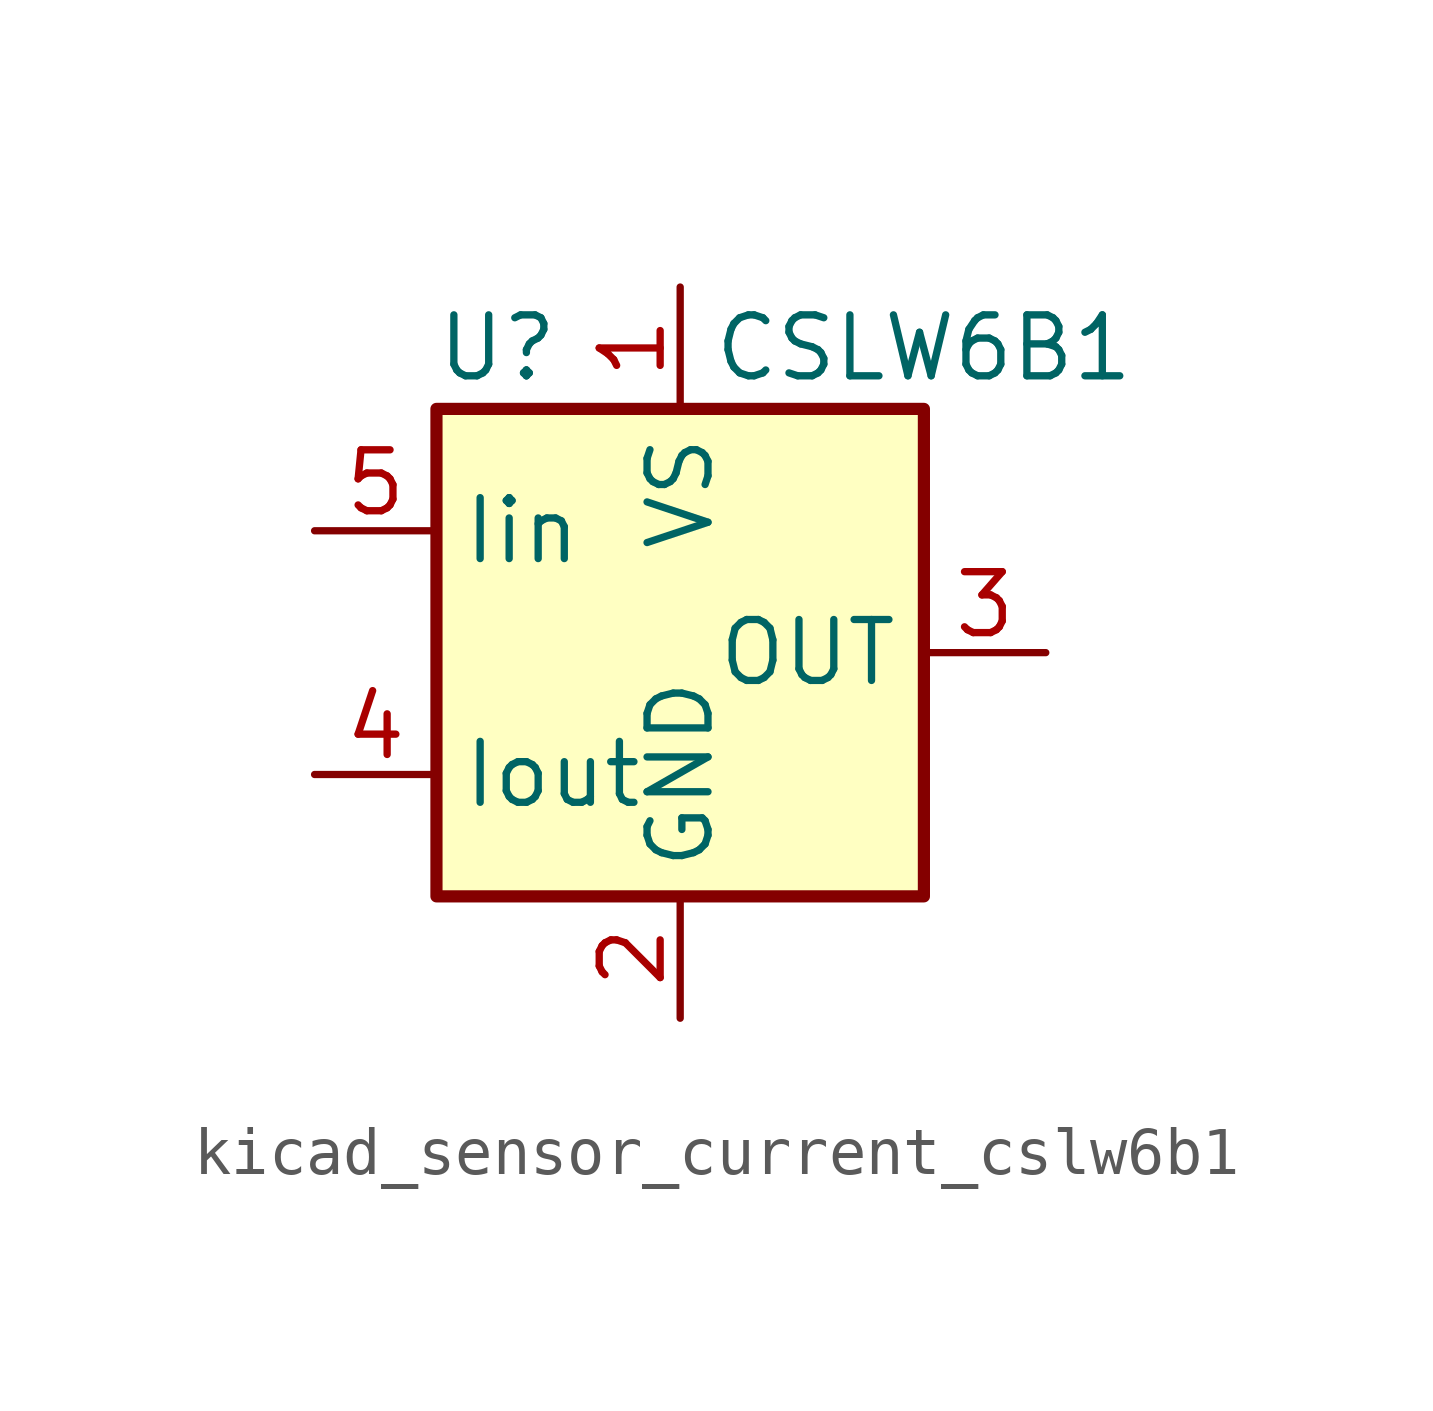
<source format=kicad_sym>
(kicad_symbol_lib
  (version 20220914)
  (generator kicad_symbol_editor)
  (symbol "kicad_sensor_current_cslw6b1"
    (property "Reference" "U"
      (at -3.81 6.35 0)
      (effects (font (size 1.27 1.27))))
    (property "Value" "CSLW6B1"
      (at 5.08 6.35 0)
      (effects (font (size 1.27 1.27))))
    (symbol "kicad_sensor_current_cslw6b1_0_1"
      (rectangle (start -5.08 5.08) (end 5.08 -5.08) (stroke (width 0.254) (type default)) (fill (type background))))
    (symbol "kicad_sensor_current_cslw6b1_1_1"
      (pin power_in line (at 0 7.62 270) (length 2.54) (name "VS" (effects (font (size 1.27 1.27)))) (number "1" (effects (font (size 1.27 1.27)))))
      (pin power_in line (at 0 -7.62 90) (length 2.54) (name "GND" (effects (font (size 1.27 1.27)))) (number "2" (effects (font (size 1.27 1.27)))))
      (pin output line (at 7.62 0 180) (length 2.54) (name "OUT" (effects (font (size 1.27 1.27)))) (number "3" (effects (font (size 1.27 1.27)))))
      (pin passive line (at -7.62 -2.54 0) (length 2.54) (name "Iout" (effects (font (size 1.27 1.27)))) (number "4" (effects (font (size 1.27 1.27)))))
      (pin passive line (at -7.62 2.54 0) (length 2.54) (name "Iin" (effects (font (size 1.27 1.27)))) (number "5" (effects (font (size 1.27 1.27))))))))
</source>
